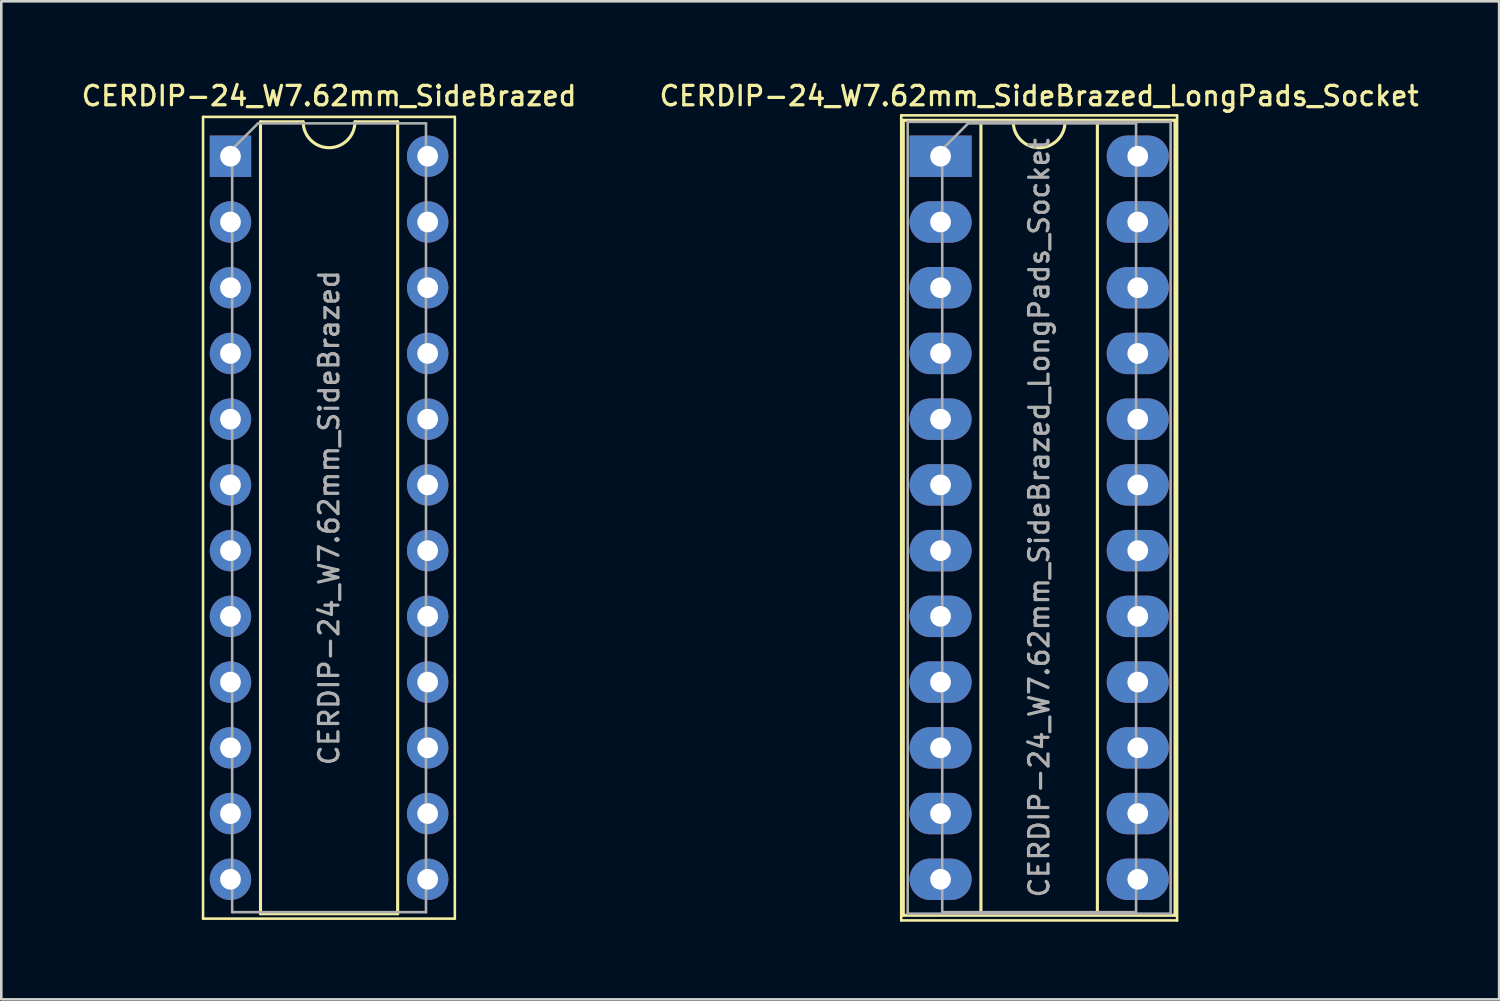
<source format=kicad_pcb>
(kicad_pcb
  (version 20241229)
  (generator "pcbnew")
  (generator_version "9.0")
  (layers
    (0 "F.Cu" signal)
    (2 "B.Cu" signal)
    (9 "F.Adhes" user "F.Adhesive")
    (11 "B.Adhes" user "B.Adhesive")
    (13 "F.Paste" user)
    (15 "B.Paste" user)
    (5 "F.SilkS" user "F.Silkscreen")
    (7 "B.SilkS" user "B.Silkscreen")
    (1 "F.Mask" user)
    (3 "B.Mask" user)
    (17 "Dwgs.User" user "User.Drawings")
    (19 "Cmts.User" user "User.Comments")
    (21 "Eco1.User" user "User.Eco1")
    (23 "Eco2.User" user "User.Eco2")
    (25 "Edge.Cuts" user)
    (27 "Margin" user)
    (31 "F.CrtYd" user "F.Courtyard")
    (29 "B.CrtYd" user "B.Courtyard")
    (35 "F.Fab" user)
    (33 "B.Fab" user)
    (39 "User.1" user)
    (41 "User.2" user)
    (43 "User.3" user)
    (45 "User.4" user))
  (footprint "CERDIP-24_W7.62mm_SideBrazed"
    (layer "F.Cu")
    (at 5.856 2.988)
    (property "Reference" "CERDIP-24_W7.62mm_SideBrazed" (at 3.81 -2.33 0) (layer "F.SilkS") (effects (font (size 0.75 0.75) (thickness 0.125))))
    (attr through_hole)
    (fp_line (start -1.06 -1.52) (end -1.06 29.46) (stroke (width 0.1) (type solid)) (layer "F.SilkS"))
    (fp_line (start -1.06 29.46) (end 8.67 29.46) (stroke (width 0.1) (type solid)) (layer "F.SilkS"))
    (fp_line (start 1.16 -1.33) (end 1.16 29.27) (stroke (width 0.12) (type solid)) (layer "F.SilkS"))
    (fp_line (start 1.16 29.27) (end 6.46 29.27) (stroke (width 0.12) (type solid)) (layer "F.SilkS"))
    (fp_line (start 2.81 -1.33) (end 1.16 -1.33) (stroke (width 0.12) (type solid)) (layer "F.SilkS"))
    (fp_line (start 6.46 -1.33) (end 4.81 -1.33) (stroke (width 0.12) (type solid)) (layer "F.SilkS"))
    (fp_line (start 6.46 29.27) (end 6.46 -1.33) (stroke (width 0.12) (type solid)) (layer "F.SilkS"))
    (fp_line (start 8.67 -1.52) (end -1.06 -1.52) (stroke (width 0.1) (type solid)) (layer "F.SilkS"))
    (fp_line (start 8.67 29.46) (end 8.67 -1.52) (stroke (width 0.1) (type solid)) (layer "F.SilkS"))
    (fp_arc (start 4.81 -1.33) (mid 3.81 -0.33) (end 2.81 -1.33) (stroke (width 0.12) (type solid)) (layer "F.SilkS"))
    (fp_line (start 0.065 -0.27) (end 1.065 -1.27) (stroke (width 0.1) (type solid)) (layer "F.Fab"))
    (fp_line (start 0.065 29.21) (end 0.065 -0.27) (stroke (width 0.1) (type solid)) (layer "F.Fab"))
    (fp_line (start 1.065 -1.27) (end 7.555 -1.27) (stroke (width 0.1) (type solid)) (layer "F.Fab"))
    (fp_line (start 7.555 -1.27) (end 7.555 29.21) (stroke (width 0.1) (type solid)) (layer "F.Fab"))
    (fp_line (start 7.555 29.21) (end 0.065 29.21) (stroke (width 0.1) (type solid)) (layer "F.Fab"))
    (fp_text user "${REFERENCE}" (at 3.81 13.97 90) (layer "F.Fab") (effects (font (size 0.75 0.75) (thickness 0.125))))
    (pad "1" thru_hole rect (at 0 0) (size 1.6 1.6) (drill 0.8) (layers "*.Cu" "*.Mask"))
    (pad "2" thru_hole circle (at 0 2.54) (size 1.6 1.6) (drill 0.8) (layers "*.Cu" "*.Mask"))
    (pad "3" thru_hole circle (at 0 5.08) (size 1.6 1.6) (drill 0.8) (layers "*.Cu" "*.Mask"))
    (pad "4" thru_hole circle (at 0 7.62) (size 1.6 1.6) (drill 0.8) (layers "*.Cu" "*.Mask"))
    (pad "5" thru_hole circle (at 0 10.16) (size 1.6 1.6) (drill 0.8) (layers "*.Cu" "*.Mask"))
    (pad "6" thru_hole circle (at 0 12.7) (size 1.6 1.6) (drill 0.8) (layers "*.Cu" "*.Mask"))
    (pad "7" thru_hole circle (at 0 15.24) (size 1.6 1.6) (drill 0.8) (layers "*.Cu" "*.Mask"))
    (pad "8" thru_hole circle (at 0 17.78) (size 1.6 1.6) (drill 0.8) (layers "*.Cu" "*.Mask"))
    (pad "9" thru_hole circle (at 0 20.32) (size 1.6 1.6) (drill 0.8) (layers "*.Cu" "*.Mask"))
    (pad "10" thru_hole circle (at 0 22.86) (size 1.6 1.6) (drill 0.8) (layers "*.Cu" "*.Mask"))
    (pad "11" thru_hole circle (at 0 25.4) (size 1.6 1.6) (drill 0.8) (layers "*.Cu" "*.Mask"))
    (pad "12" thru_hole circle (at 0 27.94) (size 1.6 1.6) (drill 0.8) (layers "*.Cu" "*.Mask"))
    (pad "13" thru_hole circle (at 7.62 27.94) (size 1.6 1.6) (drill 0.8) (layers "*.Cu" "*.Mask"))
    (pad "14" thru_hole circle (at 7.62 25.4) (size 1.6 1.6) (drill 0.8) (layers "*.Cu" "*.Mask"))
    (pad "15" thru_hole circle (at 7.62 22.86) (size 1.6 1.6) (drill 0.8) (layers "*.Cu" "*.Mask"))
    (pad "16" thru_hole circle (at 7.62 20.32) (size 1.6 1.6) (drill 0.8) (layers "*.Cu" "*.Mask"))
    (pad "17" thru_hole circle (at 7.62 17.78) (size 1.6 1.6) (drill 0.8) (layers "*.Cu" "*.Mask"))
    (pad "18" thru_hole circle (at 7.62 15.24) (size 1.6 1.6) (drill 0.8) (layers "*.Cu" "*.Mask"))
    (pad "19" thru_hole circle (at 7.62 12.7) (size 1.6 1.6) (drill 0.8) (layers "*.Cu" "*.Mask"))
    (pad "20" thru_hole circle (at 7.62 10.16) (size 1.6 1.6) (drill 0.8) (layers "*.Cu" "*.Mask"))
    (pad "21" thru_hole circle (at 7.62 7.62) (size 1.6 1.6) (drill 0.8) (layers "*.Cu" "*.Mask"))
    (pad "22" thru_hole circle (at 7.62 5.08) (size 1.6 1.6) (drill 0.8) (layers "*.Cu" "*.Mask"))
    (pad "23" thru_hole circle (at 7.62 2.54) (size 1.6 1.6) (drill 0.8) (layers "*.Cu" "*.Mask"))
    (pad "24" thru_hole circle (at 7.62 0) (size 1.6 1.6) (drill 0.8) (layers "*.Cu" "*.Mask")))
  (footprint "CERDIP-24_W7.62mm_SideBrazed_LongPads_Socket"
    (layer "F.Cu")
    (at 33.295 2.988)
    (property "Reference" "CERDIP-24_W7.62mm_SideBrazed_LongPads_Socket" (at 3.81 -2.33 0) (layer "F.SilkS") (effects (font (size 0.75 0.75) (thickness 0.125))))
    (attr through_hole)
    (fp_line (start -1.52 -1.58) (end -1.52 29.53) (stroke (width 0.1) (type solid)) (layer "F.SilkS"))
    (fp_line (start -1.52 29.53) (end 9.14 29.53) (stroke (width 0.1) (type solid)) (layer "F.SilkS"))
    (fp_line (start -1.44 -1.39) (end -1.44 29.33) (stroke (width 0.12) (type solid)) (layer "F.SilkS"))
    (fp_line (start -1.44 29.33) (end 9.06 29.33) (stroke (width 0.12) (type solid)) (layer "F.SilkS"))
    (fp_line (start 1.56 -1.33) (end 1.56 29.27) (stroke (width 0.12) (type solid)) (layer "F.SilkS"))
    (fp_line (start 1.56 29.27) (end 6.06 29.27) (stroke (width 0.12) (type solid)) (layer "F.SilkS"))
    (fp_line (start 2.81 -1.33) (end 1.56 -1.33) (stroke (width 0.12) (type solid)) (layer "F.SilkS"))
    (fp_line (start 6.06 -1.33) (end 4.81 -1.33) (stroke (width 0.12) (type solid)) (layer "F.SilkS"))
    (fp_line (start 6.06 29.27) (end 6.06 -1.33) (stroke (width 0.12) (type solid)) (layer "F.SilkS"))
    (fp_line (start 9.06 -1.39) (end -1.44 -1.39) (stroke (width 0.12) (type solid)) (layer "F.SilkS"))
    (fp_line (start 9.06 29.33) (end 9.06 -1.39) (stroke (width 0.12) (type solid)) (layer "F.SilkS"))
    (fp_line (start 9.14 -1.58) (end -1.52 -1.58) (stroke (width 0.1) (type solid)) (layer "F.SilkS"))
    (fp_line (start 9.14 29.53) (end 9.14 -1.58) (stroke (width 0.1) (type solid)) (layer "F.SilkS"))
    (fp_arc (start 4.81 -1.33) (mid 3.81 -0.33) (end 2.81 -1.33) (stroke (width 0.12) (type solid)) (layer "F.SilkS"))
    (fp_line (start -1.27 -1.33) (end -1.27 29.27) (stroke (width 0.1) (type solid)) (layer "F.Fab"))
    (fp_line (start -1.27 29.27) (end 8.89 29.27) (stroke (width 0.1) (type solid)) (layer "F.Fab"))
    (fp_line (start 0.065 -0.27) (end 1.065 -1.27) (stroke (width 0.1) (type solid)) (layer "F.Fab"))
    (fp_line (start 0.065 29.21) (end 0.065 -0.27) (stroke (width 0.1) (type solid)) (layer "F.Fab"))
    (fp_line (start 1.065 -1.27) (end 7.555 -1.27) (stroke (width 0.1) (type solid)) (layer "F.Fab"))
    (fp_line (start 7.555 -1.27) (end 7.555 29.21) (stroke (width 0.1) (type solid)) (layer "F.Fab"))
    (fp_line (start 7.555 29.21) (end 0.065 29.21) (stroke (width 0.1) (type solid)) (layer "F.Fab"))
    (fp_line (start 8.89 -1.33) (end -1.27 -1.33) (stroke (width 0.1) (type solid)) (layer "F.Fab"))
    (fp_line (start 8.89 29.27) (end 8.89 -1.33) (stroke (width 0.1) (type solid)) (layer "F.Fab"))
    (fp_text user "${REFERENCE}" (at 3.81 13.97 90) (layer "F.Fab") (effects (font (size 0.75 0.75) (thickness 0.125))))
    (pad "1" thru_hole rect (at 0 0) (size 2.4 1.6) (drill 0.8) (layers "*.Cu" "*.Mask"))
    (pad "2" thru_hole oval (at 0 2.54) (size 2.4 1.6) (drill 0.8) (layers "*.Cu" "*.Mask"))
    (pad "3" thru_hole oval (at 0 5.08) (size 2.4 1.6) (drill 0.8) (layers "*.Cu" "*.Mask"))
    (pad "4" thru_hole oval (at 0 7.62) (size 2.4 1.6) (drill 0.8) (layers "*.Cu" "*.Mask"))
    (pad "5" thru_hole oval (at 0 10.16) (size 2.4 1.6) (drill 0.8) (layers "*.Cu" "*.Mask"))
    (pad "6" thru_hole oval (at 0 12.7) (size 2.4 1.6) (drill 0.8) (layers "*.Cu" "*.Mask"))
    (pad "7" thru_hole oval (at 0 15.24) (size 2.4 1.6) (drill 0.8) (layers "*.Cu" "*.Mask"))
    (pad "8" thru_hole oval (at 0 17.78) (size 2.4 1.6) (drill 0.8) (layers "*.Cu" "*.Mask"))
    (pad "9" thru_hole oval (at 0 20.32) (size 2.4 1.6) (drill 0.8) (layers "*.Cu" "*.Mask"))
    (pad "10" thru_hole oval (at 0 22.86) (size 2.4 1.6) (drill 0.8) (layers "*.Cu" "*.Mask"))
    (pad "11" thru_hole oval (at 0 25.4) (size 2.4 1.6) (drill 0.8) (layers "*.Cu" "*.Mask"))
    (pad "12" thru_hole oval (at 0 27.94) (size 2.4 1.6) (drill 0.8) (layers "*.Cu" "*.Mask"))
    (pad "13" thru_hole oval (at 7.62 27.94) (size 2.4 1.6) (drill 0.8) (layers "*.Cu" "*.Mask"))
    (pad "14" thru_hole oval (at 7.62 25.4) (size 2.4 1.6) (drill 0.8) (layers "*.Cu" "*.Mask"))
    (pad "15" thru_hole oval (at 7.62 22.86) (size 2.4 1.6) (drill 0.8) (layers "*.Cu" "*.Mask"))
    (pad "16" thru_hole oval (at 7.62 20.32) (size 2.4 1.6) (drill 0.8) (layers "*.Cu" "*.Mask"))
    (pad "17" thru_hole oval (at 7.62 17.78) (size 2.4 1.6) (drill 0.8) (layers "*.Cu" "*.Mask"))
    (pad "18" thru_hole oval (at 7.62 15.24) (size 2.4 1.6) (drill 0.8) (layers "*.Cu" "*.Mask"))
    (pad "19" thru_hole oval (at 7.62 12.7) (size 2.4 1.6) (drill 0.8) (layers "*.Cu" "*.Mask"))
    (pad "20" thru_hole oval (at 7.62 10.16) (size 2.4 1.6) (drill 0.8) (layers "*.Cu" "*.Mask"))
    (pad "21" thru_hole oval (at 7.62 7.62) (size 2.4 1.6) (drill 0.8) (layers "*.Cu" "*.Mask"))
    (pad "22" thru_hole oval (at 7.62 5.08) (size 2.4 1.6) (drill 0.8) (layers "*.Cu" "*.Mask"))
    (pad "23" thru_hole oval (at 7.62 2.54) (size 2.4 1.6) (drill 0.8) (layers "*.Cu" "*.Mask"))
    (pad "24" thru_hole oval (at 7.62 0) (size 2.4 1.6) (drill 0.8) (layers "*.Cu" "*.Mask")))
  (gr_rect
    (start -3 -3)
    (end 54.879 35.568)
    (stroke (width 0.1) (type default))
    (fill no)
    (layer "Edge.Cuts")))
</source>
